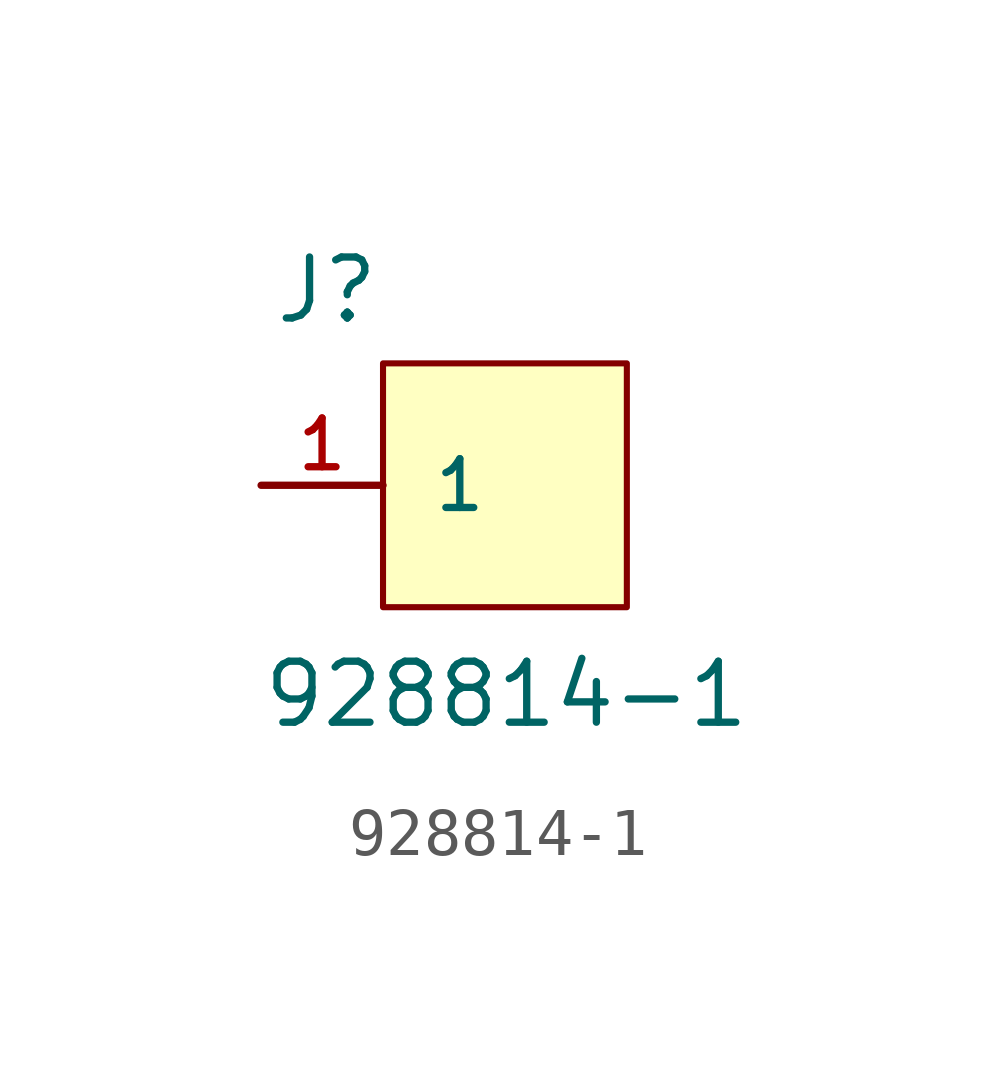
<source format=kicad_sym>
(kicad_symbol_lib
  (version 20211014)
  (generator kicad_symbol_editor)
  (symbol "928814-1"
    (pin_names
      (offset 1.016))
    (property "Reference" "J"
      (at -4.836 3.323 0)
      (effects (font (size 1.27 1.27)) (justify bottom left)))
    (property "Value" "928814-1"
      (at -5.089 -5.099 0)
      (effects (font (size 1.27 1.27)) (justify bottom left)))
    (symbol "928814-1_0_0"
      (rectangle (start -2.54 -2.54) (end 2.54 2.54) (stroke (width 0.127)) (fill (type background)))
      (pin passive line (at -5.08 0.0 0) (length 2.54) (name "1" (effects (font (size 1.016 1.016)))) (number "1" (effects (font (size 1.016 1.016))))))))
</source>
